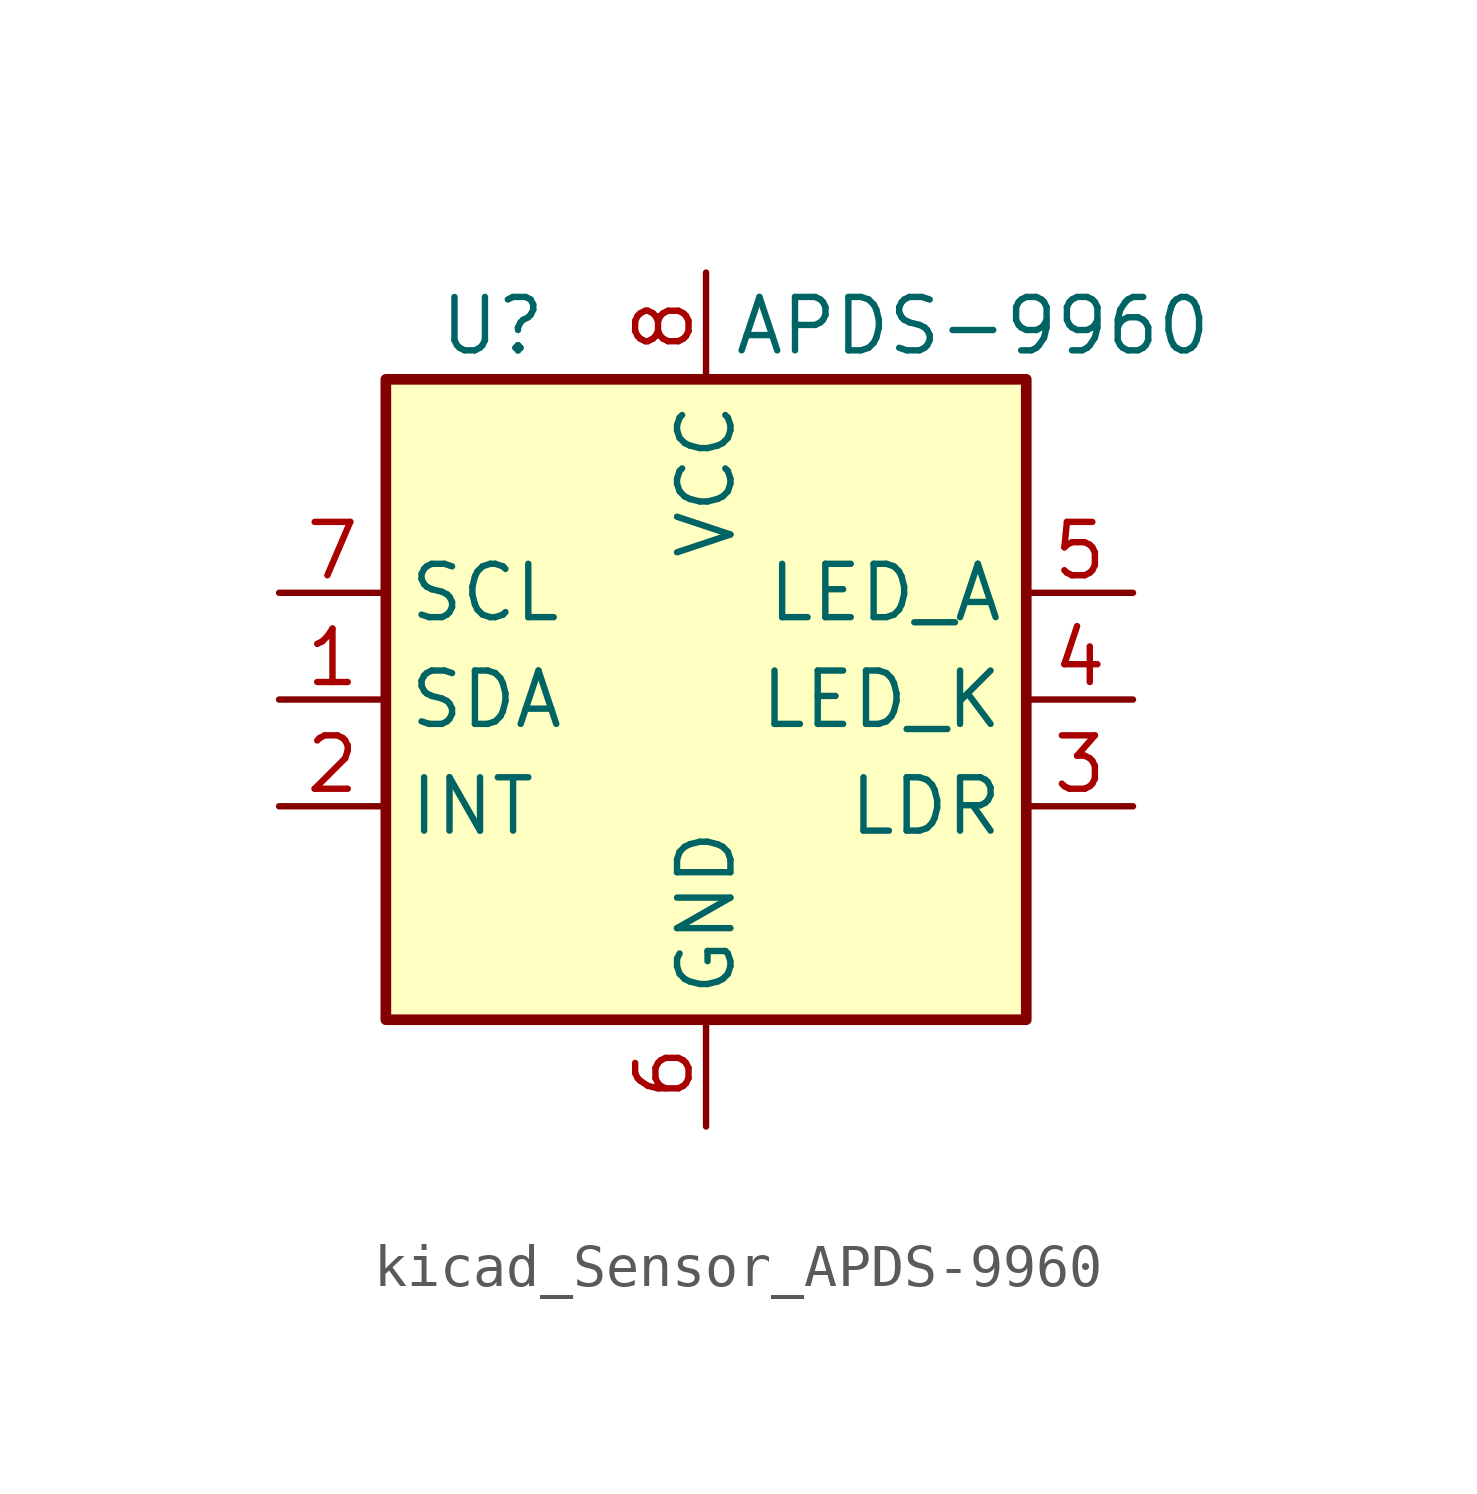
<source format=kicad_sym>
(kicad_symbol_lib
  (version 20220914)
  (generator kicad_symbol_editor)
  (symbol "kicad_Sensor_APDS-9960"
    (property "Reference" "U"
      (at -5.08 8.89 0)
      (effects (font (size 1.27 1.27))))
    (property "Value" "APDS-9960"
      (at 6.35 8.89 0)
      (effects (font (size 1.27 1.27))))
    (symbol "kicad_Sensor_APDS-9960_0_1"
      (rectangle (start -7.62 7.62) (end 7.62 -7.62) (stroke (width 0.254) (type default)) (fill (type background))))
    (symbol "kicad_Sensor_APDS-9960_1_1"
      (pin bidirectional line (at -10.16 0 0) (length 2.54) (name "SDA" (effects (font (size 1.27 1.27)))) (number "1" (effects (font (size 1.27 1.27)))))
      (pin open_collector line (at -10.16 -2.54 0) (length 2.54) (name "INT" (effects (font (size 1.27 1.27)))) (number "2" (effects (font (size 1.27 1.27)))))
      (pin passive line (at 10.16 -2.54 180) (length 2.54) (name "LDR" (effects (font (size 1.27 1.27)))) (number "3" (effects (font (size 1.27 1.27)))))
      (pin passive line (at 10.16 0 180) (length 2.54) (name "LED_K" (effects (font (size 1.27 1.27)))) (number "4" (effects (font (size 1.27 1.27)))))
      (pin passive line (at 10.16 2.54 180) (length 2.54) (name "LED_A" (effects (font (size 1.27 1.27)))) (number "5" (effects (font (size 1.27 1.27)))))
      (pin power_in line (at 0 -10.16 90) (length 2.54) (name "GND" (effects (font (size 1.27 1.27)))) (number "6" (effects (font (size 1.27 1.27)))))
      (pin input line (at -10.16 2.54 0) (length 2.54) (name "SCL" (effects (font (size 1.27 1.27)))) (number "7" (effects (font (size 1.27 1.27)))))
      (pin power_in line (at 0 10.16 270) (length 2.54) (name "VCC" (effects (font (size 1.27 1.27)))) (number "8" (effects (font (size 1.27 1.27))))))))
</source>
